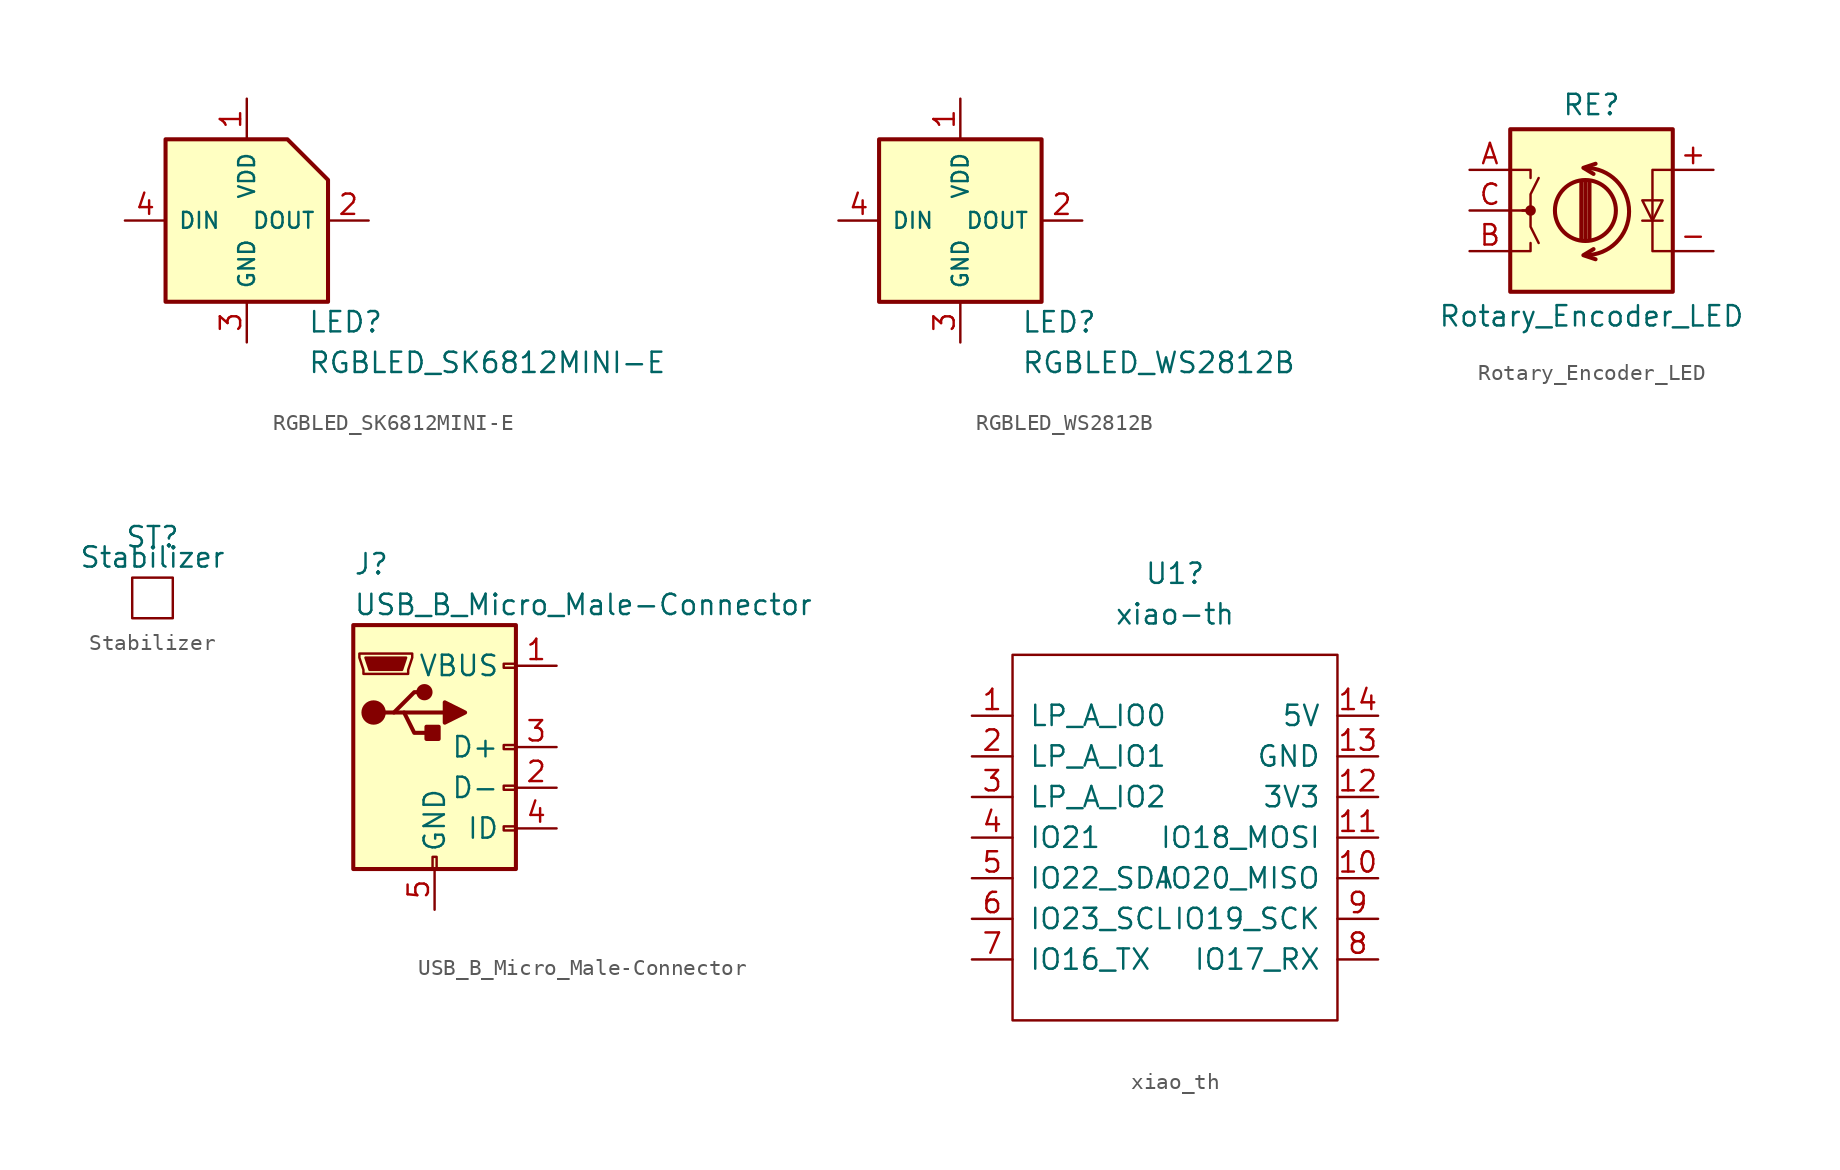
<source format=kicad_sym>
(kicad_symbol_lib
  (version 20231120)
  (generator "kicad_symbol_editor")
  (generator_version "8.0")
  (symbol "RGBLED_SK6812MINI-E"
    (pin_names
      (offset 0.762))
    (property "Reference" "LED"
      (at 3.81 -6.35 0)
      (effects (font (size 1.27 1.27)) (justify left)))
    (property "Value" "RGBLED_SK6812MINI-E"
      (at 3.81 -8.89 0)
      (effects (font (size 1.27 1.27)) (justify left)))
    (symbol "RGBLED_SK6812MINI-E_0_1"
      (polyline (pts (xy -5.08 5.08) (xy 2.54 5.08) (xy 5.08 2.54) (xy 5.08 -5.08) (xy -5.08 -5.08) (xy -5.08 5.08)) (stroke (width 0.254) (type solid)) (fill (type background))))
    (symbol "RGBLED_SK6812MINI-E_1_1"
      (pin power_in line (at 0 7.62 270) (length 2.54) (name "VDD" (effects (font (size 0.991 0.991)))) (number "1" (effects (font (size 1.27 1.27)))))
      (pin output line (at 7.62 0 180) (length 2.54) (name "DOUT" (effects (font (size 0.991 0.991)))) (number "2" (effects (font (size 1.27 1.27)))))
      (pin power_in line (at 0 -7.62 90) (length 2.54) (name "GND" (effects (font (size 0.991 0.991)))) (number "3" (effects (font (size 1.27 1.27)))))
      (pin input line (at -7.62 0 0) (length 2.54) (name "DIN" (effects (font (size 0.991 0.991)))) (number "4" (effects (font (size 1.27 1.27)))))))
  (symbol "RGBLED_WS2812B"
    (pin_names
      (offset 0.762))
    (property "Reference" "LED"
      (at 3.81 -6.35 0)
      (effects (font (size 1.27 1.27)) (justify left)))
    (property "Value" "RGBLED_WS2812B"
      (at 3.81 -8.89 0)
      (effects (font (size 1.27 1.27)) (justify left)))
    (symbol "RGBLED_WS2812B_0_1"
      (rectangle (start -5.08 5.08) (end 5.08 -5.08) (stroke (width 0.254) (type solid)) (fill (type background))))
    (symbol "RGBLED_WS2812B_1_1"
      (pin power_in line (at 0 7.62 270) (length 2.54) (name "VDD" (effects (font (size 0.991 0.991)))) (number "1" (effects (font (size 1.27 1.27)))))
      (pin output line (at 7.62 0 180) (length 2.54) (name "DOUT" (effects (font (size 0.991 0.991)))) (number "2" (effects (font (size 1.27 1.27)))))
      (pin power_in line (at 0 -7.62 90) (length 2.54) (name "GND" (effects (font (size 0.991 0.991)))) (number "3" (effects (font (size 1.27 1.27)))))
      (pin input line (at -7.62 0 0) (length 2.54) (name "DIN" (effects (font (size 0.991 0.991)))) (number "4" (effects (font (size 1.27 1.27)))))))
  (symbol "Rotary_Encoder_LED"
    (pin_names
      (offset 0.254) hide)
    (property "Reference" "RE"
      (at 0 6.604 0)
      (effects (font (size 1.27 1.27))))
    (property "Value" "Rotary_Encoder_LED"
      (at 0 -6.604 0)
      (effects (font (size 1.27 1.27))))
    (symbol "Rotary_Encoder_LED_0_1"
      (rectangle (start -5.08 5.08) (end 5.08 -5.08) (stroke (width 0.254) (type solid)) (fill (type background)))
      (circle (center -3.81 0) (radius 0.254) (stroke (width 0) (type solid)) (fill (type outline)))
      (arc (start -0.381 -2.794) (mid 2.3622 -0.0508) (end -0.381 2.667) (stroke (width 0.254) (type solid)) (fill (type none)))
      (circle (center -0.381 0) (radius 1.905) (stroke (width 0.254) (type solid)) (fill (type none)))
      (polyline (pts (xy -0.635 -1.778) (xy -0.635 1.778)) (stroke (width 0.254) (type solid)) (fill (type none)))
      (polyline (pts (xy -0.381 -1.778) (xy -0.381 1.778)) (stroke (width 0.254) (type solid)) (fill (type none)))
      (polyline (pts (xy -0.127 1.778) (xy -0.127 -1.778)) (stroke (width 0.254) (type solid)) (fill (type none)))
      (polyline (pts (xy 3.175 -0.635) (xy 4.445 -0.635)) (stroke (width 0) (type solid)) (fill (type none)))
      (polyline (pts (xy -5.08 -2.54) (xy -3.81 -2.54) (xy -3.81 -2.032)) (stroke (width 0) (type solid)) (fill (type none)))
      (polyline (pts (xy -5.08 2.54) (xy -3.81 2.54) (xy -3.81 2.032)) (stroke (width 0) (type solid)) (fill (type none)))
      (polyline (pts (xy 0.254 -3.048) (xy -0.508 -2.794) (xy 0.127 -2.413)) (stroke (width 0.254) (type solid)) (fill (type none)))
      (polyline (pts (xy 0.254 2.921) (xy -0.508 2.667) (xy 0.127 2.286)) (stroke (width 0.254) (type solid)) (fill (type none)))
      (polyline (pts (xy -5.08 0) (xy -3.81 0) (xy -3.81 -1.016) (xy -3.302 -2.032)) (stroke (width 0) (type solid)) (fill (type none)))
      (polyline (pts (xy -4.318 0) (xy -3.81 0) (xy -3.81 1.016) (xy -3.302 2.032)) (stroke (width 0) (type solid)) (fill (type none)))
      (polyline (pts (xy 3.81 -0.635) (xy 3.175 0.635) (xy 4.445 0.635) (xy 3.81 -0.635)) (stroke (width 0) (type solid)) (fill (type none)))
      (polyline (pts (xy 5.08 2.54) (xy 3.81 2.54) (xy 3.81 -2.54) (xy 5.08 -2.54)) (stroke (width 0) (type solid)) (fill (type none))))
    (symbol "Rotary_Encoder_LED_1_1"
      (pin passive line (at 7.62 2.54 180) (length 2.54) (name "+" (effects (font (size 1.27 1.27)))) (number "+" (effects (font (size 1.27 1.27)))))
      (pin passive line (at 7.62 -2.54 180) (length 2.54) (name "-" (effects (font (size 1.27 1.27)))) (number "-" (effects (font (size 1.27 1.27)))))
      (pin passive line (at -7.62 2.54 0) (length 2.54) (name "A" (effects (font (size 1.27 1.27)))) (number "A" (effects (font (size 1.27 1.27)))))
      (pin passive line (at -7.62 -2.54 0) (length 2.54) (name "B" (effects (font (size 1.27 1.27)))) (number "B" (effects (font (size 1.27 1.27)))))
      (pin passive line (at -7.62 0 0) (length 2.54) (name "C" (effects (font (size 1.27 1.27)))) (number "C" (effects (font (size 1.27 1.27)))))))
  (symbol "Stabilizer"
    (pin_numbers hide)
    (pin_names
      (offset 0) hide)
    (property "Reference" "ST"
      (at 0 3.81 0)
      (effects (font (size 1.27 1.27))))
    (property "Value" "Stabilizer"
      (at 0 2.54 0)
      (effects (font (size 1.27 1.27))))
    (symbol "Stabilizer_0_1"
      (rectangle (start -1.27 1.27) (end 1.27 -1.27) (stroke (width 0) (type solid)) (fill (type none)))))
  (symbol "USB_B_Micro_Male-Connector"
    (pin_names
      (offset 1.016))
    (property "Reference" "J"
      (at -5.08 11.43 0)
      (effects (font (size 1.27 1.27)) (justify left)))
    (property "Value" "USB_B_Micro_Male-Connector"
      (at -5.08 8.89 0)
      (effects (font (size 1.27 1.27)) (justify left)))
    (symbol "USB_B_Micro_Male-Connector_0_1"
      (rectangle (start -5.08 -7.62) (end 5.08 7.62) (stroke (width 0.254) (type solid)) (fill (type background)))
      (circle (center -3.81 2.159) (radius 0.635) (stroke (width 0.254) (type solid)) (fill (type outline)))
      (circle (center -0.635 3.429) (radius 0.381) (stroke (width 0.254) (type solid)) (fill (type outline)))
      (rectangle (start -0.127 -7.62) (end 0.127 -6.858) (stroke (width 0) (type solid)) (fill (type none)))
      (polyline (pts (xy -1.905 2.159) (xy 0.635 2.159)) (stroke (width 0.254) (type solid)) (fill (type none)))
      (polyline (pts (xy -3.175 2.159) (xy -2.54 2.159) (xy -1.27 3.429) (xy -0.635 3.429)) (stroke (width 0.254) (type solid)) (fill (type none)))
      (polyline (pts (xy -2.54 2.159) (xy -1.905 2.159) (xy -1.27 0.889) (xy 0 0.889)) (stroke (width 0.254) (type solid)) (fill (type none)))
      (polyline (pts (xy 0.635 2.794) (xy 0.635 1.524) (xy 1.905 2.159) (xy 0.635 2.794)) (stroke (width 0.254) (type solid)) (fill (type outline)))
      (polyline (pts (xy -4.318 5.588) (xy -1.778 5.588) (xy -2.032 4.826) (xy -4.064 4.826) (xy -4.318 5.588)) (stroke (width 0) (type solid)) (fill (type outline)))
      (polyline (pts (xy -4.699 5.842) (xy -4.699 5.588) (xy -4.445 4.826) (xy -4.445 4.572) (xy -1.651 4.572) (xy -1.651 4.826) (xy -1.397 5.588) (xy -1.397 5.842) (xy -4.699 5.842)) (stroke (width 0) (type solid)) (fill (type none)))
      (rectangle (start 0.254 1.27) (end -0.508 0.508) (stroke (width 0.254) (type solid)) (fill (type outline)))
      (rectangle (start 5.08 -5.207) (end 4.318 -4.953) (stroke (width 0) (type solid)) (fill (type none)))
      (rectangle (start 5.08 -2.667) (end 4.318 -2.413) (stroke (width 0) (type solid)) (fill (type none)))
      (rectangle (start 5.08 -0.127) (end 4.318 0.127) (stroke (width 0) (type solid)) (fill (type none)))
      (rectangle (start 5.08 4.953) (end 4.318 5.207) (stroke (width 0) (type solid)) (fill (type none))))
    (symbol "USB_B_Micro_Male-Connector_1_1"
      (pin power_out line (at 7.62 5.08 180) (length 2.54) (name "VBUS" (effects (font (size 1.27 1.27)))) (number "1" (effects (font (size 1.27 1.27)))))
      (pin passive line (at 7.62 -2.54 180) (length 2.54) (name "D-" (effects (font (size 1.27 1.27)))) (number "2" (effects (font (size 1.27 1.27)))))
      (pin passive line (at 7.62 0 180) (length 2.54) (name "D+" (effects (font (size 1.27 1.27)))) (number "3" (effects (font (size 1.27 1.27)))))
      (pin passive line (at 7.62 -5.08 180) (length 2.54) (name "ID" (effects (font (size 1.27 1.27)))) (number "4" (effects (font (size 1.27 1.27)))))
      (pin power_out line (at 0 -10.16 90) (length 2.54) (name "GND" (effects (font (size 1.27 1.27)))) (number "5" (effects (font (size 1.27 1.27)))))))
  (symbol "xiao_th"
    (pin_names
      (offset 1.016))
    (property "Reference" "U1"
      (at 0 16.51 0)
      (effects (font (size 1.27 1.27))))
    (property "Value" "xiao-th"
      (at 0 13.97 0)
      (effects (font (size 1.27 1.27))))
    (symbol "xiao_th_0_1"
      (rectangle (start -10.16 11.43) (end 10.16 -11.43) (stroke (width 0) (type default)) (fill (type none))))
    (symbol "xiao_th_1_1"
      (pin bidirectional line (at -12.7 7.62 0) (length 2.54) (name "LP_A_IO0" (effects (font (size 1.27 1.27)))) (number "1" (effects (font (size 1.27 1.27)))))
      (pin bidirectional line (at 12.7 -2.54 180) (length 2.54) (name "IO20_MISO" (effects (font (size 1.27 1.27)))) (number "10" (effects (font (size 1.27 1.27)))))
      (pin bidirectional line (at 12.7 0 180) (length 2.54) (name "IO18_MOSI" (effects (font (size 1.27 1.27)))) (number "11" (effects (font (size 1.27 1.27)))))
      (pin power_out line (at 12.7 2.54 180) (length 2.54) (name "3V3" (effects (font (size 1.27 1.27)))) (number "12" (effects (font (size 1.27 1.27)))))
      (pin power_out line (at 12.7 5.08 180) (length 2.54) (name "GND" (effects (font (size 1.27 1.27)))) (number "13" (effects (font (size 1.27 1.27)))))
      (pin power_out line (at 12.7 7.62 180) (length 2.54) (name "5V" (effects (font (size 1.27 1.27)))) (number "14" (effects (font (size 1.27 1.27)))))
      (pin bidirectional line (at -12.7 5.08 0) (length 2.54) (name "LP_A_IO1" (effects (font (size 1.27 1.27)))) (number "2" (effects (font (size 1.27 1.27)))))
      (pin bidirectional line (at -12.7 2.54 0) (length 2.54) (name "LP_A_IO2" (effects (font (size 1.27 1.27)))) (number "3" (effects (font (size 1.27 1.27)))))
      (pin bidirectional line (at -12.7 0 0) (length 2.54) (name "IO21" (effects (font (size 1.27 1.27)))) (number "4" (effects (font (size 1.27 1.27)))))
      (pin bidirectional line (at -12.7 -2.54 0) (length 2.54) (name "IO22_SDA" (effects (font (size 1.27 1.27)))) (number "5" (effects (font (size 1.27 1.27)))))
      (pin bidirectional line (at -12.7 -5.08 0) (length 2.54) (name "IO23_SCL" (effects (font (size 1.27 1.27)))) (number "6" (effects (font (size 1.27 1.27)))))
      (pin bidirectional line (at -12.7 -7.62 0) (length 2.54) (name "IO16_TX" (effects (font (size 1.27 1.27)))) (number "7" (effects (font (size 1.27 1.27)))))
      (pin bidirectional line (at 12.7 -7.62 180) (length 2.54) (name "IO17_RX" (effects (font (size 1.27 1.27)))) (number "8" (effects (font (size 1.27 1.27)))))
      (pin bidirectional line (at 12.7 -5.08 180) (length 2.54) (name "IO19_SCK" (effects (font (size 1.27 1.27)))) (number "9" (effects (font (size 1.27 1.27))))))))
</source>
